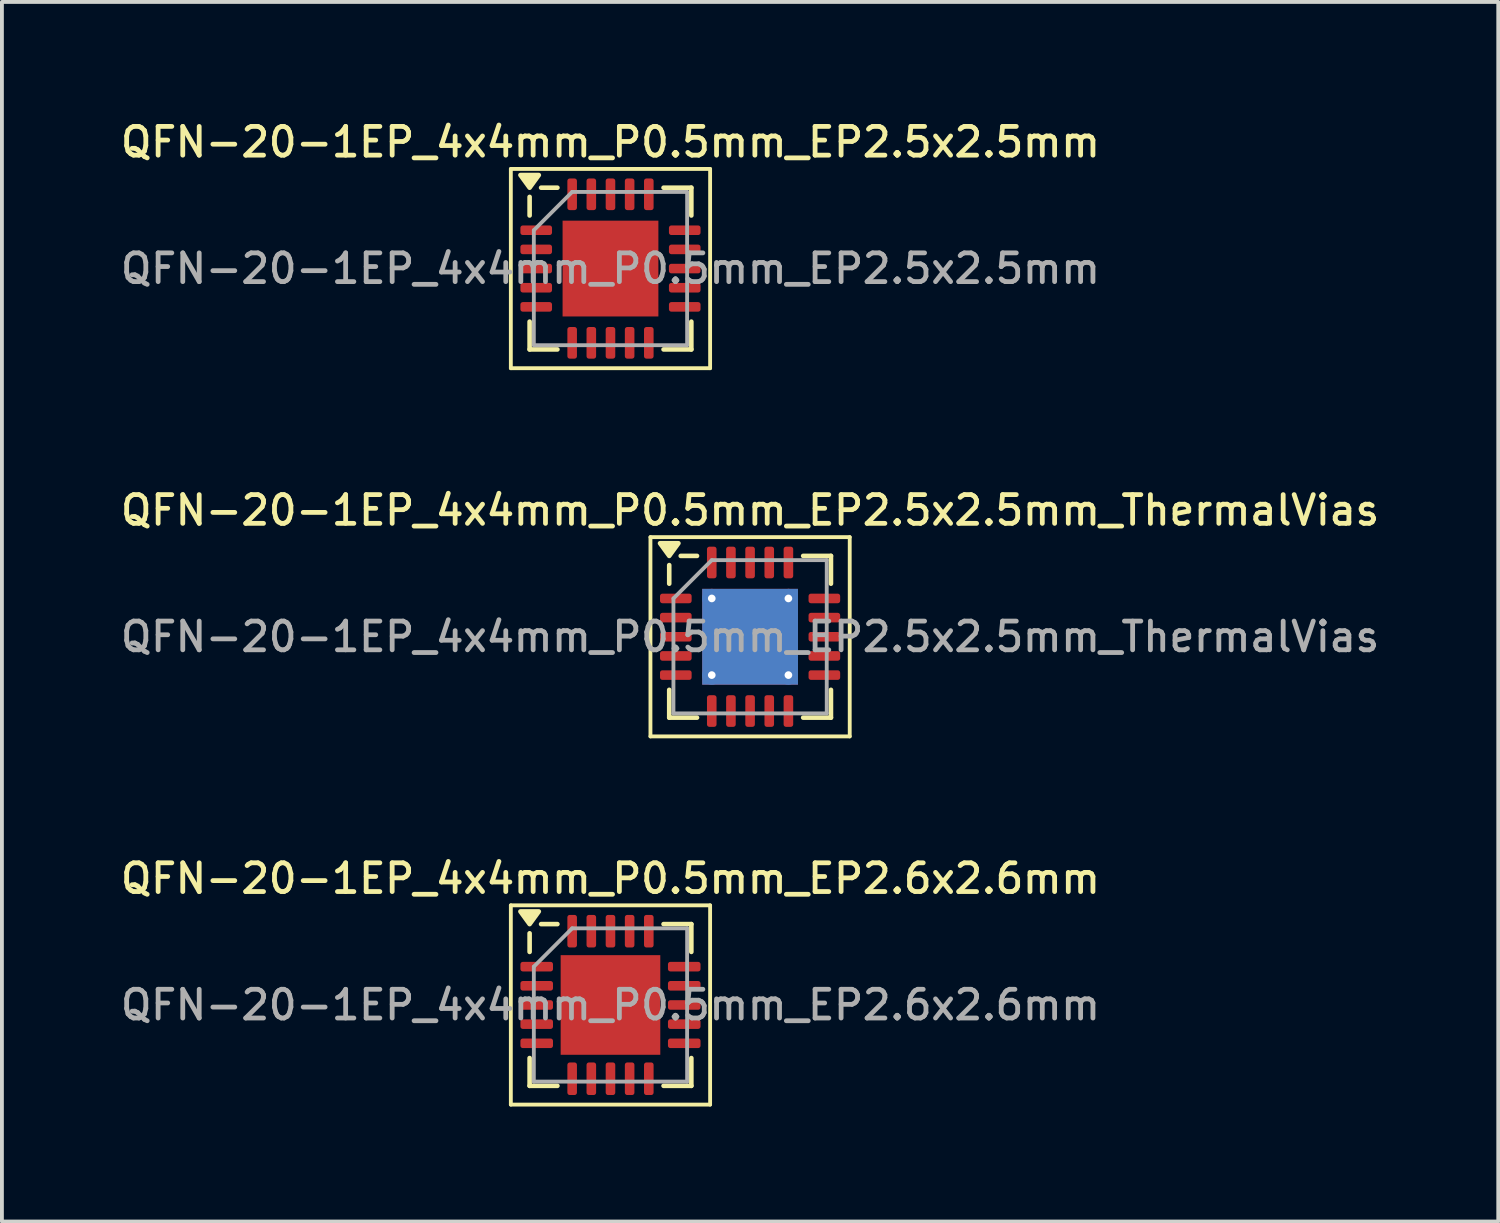
<source format=kicad_pcb>
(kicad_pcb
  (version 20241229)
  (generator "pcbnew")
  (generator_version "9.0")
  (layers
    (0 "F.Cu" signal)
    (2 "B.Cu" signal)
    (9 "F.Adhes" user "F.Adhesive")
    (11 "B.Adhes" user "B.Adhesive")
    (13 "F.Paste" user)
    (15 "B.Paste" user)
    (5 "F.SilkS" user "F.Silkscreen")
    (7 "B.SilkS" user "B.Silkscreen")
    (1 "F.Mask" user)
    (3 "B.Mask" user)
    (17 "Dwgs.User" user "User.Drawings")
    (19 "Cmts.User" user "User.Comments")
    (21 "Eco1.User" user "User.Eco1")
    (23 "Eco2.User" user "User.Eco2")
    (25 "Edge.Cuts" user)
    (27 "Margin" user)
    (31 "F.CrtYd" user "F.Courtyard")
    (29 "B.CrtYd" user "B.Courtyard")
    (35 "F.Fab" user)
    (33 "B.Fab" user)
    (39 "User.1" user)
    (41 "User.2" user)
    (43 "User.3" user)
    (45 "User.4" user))
  (footprint "QFN-20-1EP_4x4mm_P0.5mm_EP2.6x2.6mm"
    (layer "F.Cu")
    (at 12.88 23.174)
    (property "Reference" "QFN-20-1EP_4x4mm_P0.5mm_EP2.6x2.6mm" (at 0 -3.3 0) (layer "F.SilkS") (effects (font (size 0.75 0.75) (thickness 0.125))))
    (attr smd)
    (fp_line (start -2.6 -2.6) (end -2.6 2.6) (stroke (width 0.1) (type solid)) (layer "F.SilkS"))
    (fp_line (start -2.6 2.6) (end 2.6 2.6) (stroke (width 0.1) (type solid)) (layer "F.SilkS"))
    (fp_line (start -2.11 -1.385) (end -2.11 -1.87) (stroke (width 0.12) (type solid)) (layer "F.SilkS"))
    (fp_line (start -2.11 2.11) (end -2.11 1.385) (stroke (width 0.12) (type solid)) (layer "F.SilkS"))
    (fp_line (start -1.385 -2.11) (end -1.81 -2.11) (stroke (width 0.12) (type solid)) (layer "F.SilkS"))
    (fp_line (start -1.385 2.11) (end -2.11 2.11) (stroke (width 0.12) (type solid)) (layer "F.SilkS"))
    (fp_line (start 1.385 -2.11) (end 2.11 -2.11) (stroke (width 0.12) (type solid)) (layer "F.SilkS"))
    (fp_line (start 1.385 2.11) (end 2.11 2.11) (stroke (width 0.12) (type solid)) (layer "F.SilkS"))
    (fp_line (start 2.11 -2.11) (end 2.11 -1.385) (stroke (width 0.12) (type solid)) (layer "F.SilkS"))
    (fp_line (start 2.11 2.11) (end 2.11 1.385) (stroke (width 0.12) (type solid)) (layer "F.SilkS"))
    (fp_line (start 2.6 -2.6) (end -2.6 -2.6) (stroke (width 0.1) (type solid)) (layer "F.SilkS"))
    (fp_line (start 2.6 2.6) (end 2.6 -2.6) (stroke (width 0.1) (type solid)) (layer "F.SilkS"))
    (fp_poly (pts (xy -2.11 -2.11) (xy -2.35 -2.44) (xy -1.87 -2.44) (xy -2.11 -2.11)) (stroke (width 0.12) (type solid)) (fill yes) (layer "F.SilkS"))
    (fp_line (start -2 -1) (end -1 -2) (stroke (width 0.1) (type solid)) (layer "F.Fab"))
    (fp_line (start -2 2) (end -2 -1) (stroke (width 0.1) (type solid)) (layer "F.Fab"))
    (fp_line (start -1 -2) (end 2 -2) (stroke (width 0.1) (type solid)) (layer "F.Fab"))
    (fp_line (start 2 -2) (end 2 2) (stroke (width 0.1) (type solid)) (layer "F.Fab"))
    (fp_line (start 2 2) (end -2 2) (stroke (width 0.1) (type solid)) (layer "F.Fab"))
    (fp_text user "${REFERENCE}" (at 0 0 0) (layer "F.Fab") (effects (font (size 0.75 0.75) (thickness 0.125))))
    (pad "" smd roundrect (at -0.65 -0.65) (size 1.05 1.05) (layers "F.Paste") (roundrect_rratio 0.238))
    (pad "" smd roundrect (at -0.65 0.65) (size 1.05 1.05) (layers "F.Paste") (roundrect_rratio 0.238))
    (pad "" smd roundrect (at 0.65 -0.65) (size 1.05 1.05) (layers "F.Paste") (roundrect_rratio 0.238))
    (pad "" smd roundrect (at 0.65 0.65) (size 1.05 1.05) (layers "F.Paste") (roundrect_rratio 0.238))
    (pad "1" smd roundrect (at -1.925 -1) (size 0.85 0.25) (layers "F.Cu" "F.Mask" "F.Paste") (roundrect_rratio 0.25))
    (pad "2" smd roundrect (at -1.925 -0.5) (size 0.85 0.25) (layers "F.Cu" "F.Mask" "F.Paste") (roundrect_rratio 0.25))
    (pad "3" smd roundrect (at -1.925 0) (size 0.85 0.25) (layers "F.Cu" "F.Mask" "F.Paste") (roundrect_rratio 0.25))
    (pad "4" smd roundrect (at -1.925 0.5) (size 0.85 0.25) (layers "F.Cu" "F.Mask" "F.Paste") (roundrect_rratio 0.25))
    (pad "5" smd roundrect (at -1.925 1) (size 0.85 0.25) (layers "F.Cu" "F.Mask" "F.Paste") (roundrect_rratio 0.25))
    (pad "6" smd roundrect (at -1 1.925) (size 0.25 0.85) (layers "F.Cu" "F.Mask" "F.Paste") (roundrect_rratio 0.25))
    (pad "7" smd roundrect (at -0.5 1.925) (size 0.25 0.85) (layers "F.Cu" "F.Mask" "F.Paste") (roundrect_rratio 0.25))
    (pad "8" smd roundrect (at 0 1.925) (size 0.25 0.85) (layers "F.Cu" "F.Mask" "F.Paste") (roundrect_rratio 0.25))
    (pad "9" smd roundrect (at 0.5 1.925) (size 0.25 0.85) (layers "F.Cu" "F.Mask" "F.Paste") (roundrect_rratio 0.25))
    (pad "10" smd roundrect (at 1 1.925) (size 0.25 0.85) (layers "F.Cu" "F.Mask" "F.Paste") (roundrect_rratio 0.25))
    (pad "11" smd roundrect (at 1.925 1) (size 0.85 0.25) (layers "F.Cu" "F.Mask" "F.Paste") (roundrect_rratio 0.25))
    (pad "12" smd roundrect (at 1.925 0.5) (size 0.85 0.25) (layers "F.Cu" "F.Mask" "F.Paste") (roundrect_rratio 0.25))
    (pad "13" smd roundrect (at 1.925 0) (size 0.85 0.25) (layers "F.Cu" "F.Mask" "F.Paste") (roundrect_rratio 0.25))
    (pad "14" smd roundrect (at 1.925 -0.5) (size 0.85 0.25) (layers "F.Cu" "F.Mask" "F.Paste") (roundrect_rratio 0.25))
    (pad "15" smd roundrect (at 1.925 -1) (size 0.85 0.25) (layers "F.Cu" "F.Mask" "F.Paste") (roundrect_rratio 0.25))
    (pad "16" smd roundrect (at 1 -1.925) (size 0.25 0.85) (layers "F.Cu" "F.Mask" "F.Paste") (roundrect_rratio 0.25))
    (pad "17" smd roundrect (at 0.5 -1.925) (size 0.25 0.85) (layers "F.Cu" "F.Mask" "F.Paste") (roundrect_rratio 0.25))
    (pad "18" smd roundrect (at 0 -1.925) (size 0.25 0.85) (layers "F.Cu" "F.Mask" "F.Paste") (roundrect_rratio 0.25))
    (pad "19" smd roundrect (at -0.5 -1.925) (size 0.25 0.85) (layers "F.Cu" "F.Mask" "F.Paste") (roundrect_rratio 0.25))
    (pad "20" smd roundrect (at -1 -1.925) (size 0.25 0.85) (layers "F.Cu" "F.Mask" "F.Paste") (roundrect_rratio 0.25))
    (pad "21" smd rect (at 0 0) (size 2.6 2.6) (property pad_prop_heatsink) (layers "F.Cu" "F.Mask")))
  (footprint "QFN-20-1EP_4x4mm_P0.5mm_EP2.5x2.5mm"
    (layer "F.Cu")
    (at 12.88 3.958)
    (property "Reference" "QFN-20-1EP_4x4mm_P0.5mm_EP2.5x2.5mm" (at 0 -3.3 0) (layer "F.SilkS") (effects (font (size 0.75 0.75) (thickness 0.125))))
    (attr smd)
    (fp_line (start -2.6 -2.6) (end -2.6 2.6) (stroke (width 0.1) (type solid)) (layer "F.SilkS"))
    (fp_line (start -2.6 2.6) (end 2.6 2.6) (stroke (width 0.1) (type solid)) (layer "F.SilkS"))
    (fp_line (start -2.11 -1.385) (end -2.11 -1.87) (stroke (width 0.12) (type solid)) (layer "F.SilkS"))
    (fp_line (start -2.11 2.11) (end -2.11 1.385) (stroke (width 0.12) (type solid)) (layer "F.SilkS"))
    (fp_line (start -1.385 -2.11) (end -1.81 -2.11) (stroke (width 0.12) (type solid)) (layer "F.SilkS"))
    (fp_line (start -1.385 2.11) (end -2.11 2.11) (stroke (width 0.12) (type solid)) (layer "F.SilkS"))
    (fp_line (start 1.385 -2.11) (end 2.11 -2.11) (stroke (width 0.12) (type solid)) (layer "F.SilkS"))
    (fp_line (start 1.385 2.11) (end 2.11 2.11) (stroke (width 0.12) (type solid)) (layer "F.SilkS"))
    (fp_line (start 2.11 -2.11) (end 2.11 -1.385) (stroke (width 0.12) (type solid)) (layer "F.SilkS"))
    (fp_line (start 2.11 2.11) (end 2.11 1.385) (stroke (width 0.12) (type solid)) (layer "F.SilkS"))
    (fp_line (start 2.6 -2.6) (end -2.6 -2.6) (stroke (width 0.1) (type solid)) (layer "F.SilkS"))
    (fp_line (start 2.6 2.6) (end 2.6 -2.6) (stroke (width 0.1) (type solid)) (layer "F.SilkS"))
    (fp_poly (pts (xy -2.11 -2.11) (xy -2.35 -2.44) (xy -1.87 -2.44) (xy -2.11 -2.11)) (stroke (width 0.12) (type solid)) (fill yes) (layer "F.SilkS"))
    (fp_line (start -2 -1) (end -1 -2) (stroke (width 0.1) (type solid)) (layer "F.Fab"))
    (fp_line (start -2 2) (end -2 -1) (stroke (width 0.1) (type solid)) (layer "F.Fab"))
    (fp_line (start -1 -2) (end 2 -2) (stroke (width 0.1) (type solid)) (layer "F.Fab"))
    (fp_line (start 2 -2) (end 2 2) (stroke (width 0.1) (type solid)) (layer "F.Fab"))
    (fp_line (start 2 2) (end -2 2) (stroke (width 0.1) (type solid)) (layer "F.Fab"))
    (fp_text user "${REFERENCE}" (at 0 0 0) (layer "F.Fab") (effects (font (size 0.75 0.75) (thickness 0.125))))
    (pad "" smd roundrect (at -0.625 -0.625) (size 1.01 1.01) (layers "F.Paste") (roundrect_rratio 0.248))
    (pad "" smd roundrect (at -0.625 0.625) (size 1.01 1.01) (layers "F.Paste") (roundrect_rratio 0.248))
    (pad "" smd roundrect (at 0.625 -0.625) (size 1.01 1.01) (layers "F.Paste") (roundrect_rratio 0.248))
    (pad "" smd roundrect (at 0.625 0.625) (size 1.01 1.01) (layers "F.Paste") (roundrect_rratio 0.248))
    (pad "1" smd roundrect (at -1.938 -1) (size 0.825 0.25) (layers "F.Cu" "F.Mask" "F.Paste") (roundrect_rratio 0.25))
    (pad "2" smd roundrect (at -1.938 -0.5) (size 0.825 0.25) (layers "F.Cu" "F.Mask" "F.Paste") (roundrect_rratio 0.25))
    (pad "3" smd roundrect (at -1.938 0) (size 0.825 0.25) (layers "F.Cu" "F.Mask" "F.Paste") (roundrect_rratio 0.25))
    (pad "4" smd roundrect (at -1.938 0.5) (size 0.825 0.25) (layers "F.Cu" "F.Mask" "F.Paste") (roundrect_rratio 0.25))
    (pad "5" smd roundrect (at -1.938 1) (size 0.825 0.25) (layers "F.Cu" "F.Mask" "F.Paste") (roundrect_rratio 0.25))
    (pad "6" smd roundrect (at -1 1.938) (size 0.25 0.825) (layers "F.Cu" "F.Mask" "F.Paste") (roundrect_rratio 0.25))
    (pad "7" smd roundrect (at -0.5 1.938) (size 0.25 0.825) (layers "F.Cu" "F.Mask" "F.Paste") (roundrect_rratio 0.25))
    (pad "8" smd roundrect (at 0 1.938) (size 0.25 0.825) (layers "F.Cu" "F.Mask" "F.Paste") (roundrect_rratio 0.25))
    (pad "9" smd roundrect (at 0.5 1.938) (size 0.25 0.825) (layers "F.Cu" "F.Mask" "F.Paste") (roundrect_rratio 0.25))
    (pad "10" smd roundrect (at 1 1.938) (size 0.25 0.825) (layers "F.Cu" "F.Mask" "F.Paste") (roundrect_rratio 0.25))
    (pad "11" smd roundrect (at 1.938 1) (size 0.825 0.25) (layers "F.Cu" "F.Mask" "F.Paste") (roundrect_rratio 0.25))
    (pad "12" smd roundrect (at 1.938 0.5) (size 0.825 0.25) (layers "F.Cu" "F.Mask" "F.Paste") (roundrect_rratio 0.25))
    (pad "13" smd roundrect (at 1.938 0) (size 0.825 0.25) (layers "F.Cu" "F.Mask" "F.Paste") (roundrect_rratio 0.25))
    (pad "14" smd roundrect (at 1.938 -0.5) (size 0.825 0.25) (layers "F.Cu" "F.Mask" "F.Paste") (roundrect_rratio 0.25))
    (pad "15" smd roundrect (at 1.938 -1) (size 0.825 0.25) (layers "F.Cu" "F.Mask" "F.Paste") (roundrect_rratio 0.25))
    (pad "16" smd roundrect (at 1 -1.938) (size 0.25 0.825) (layers "F.Cu" "F.Mask" "F.Paste") (roundrect_rratio 0.25))
    (pad "17" smd roundrect (at 0.5 -1.938) (size 0.25 0.825) (layers "F.Cu" "F.Mask" "F.Paste") (roundrect_rratio 0.25))
    (pad "18" smd roundrect (at 0 -1.938) (size 0.25 0.825) (layers "F.Cu" "F.Mask" "F.Paste") (roundrect_rratio 0.25))
    (pad "19" smd roundrect (at -0.5 -1.938) (size 0.25 0.825) (layers "F.Cu" "F.Mask" "F.Paste") (roundrect_rratio 0.25))
    (pad "20" smd roundrect (at -1 -1.938) (size 0.25 0.825) (layers "F.Cu" "F.Mask" "F.Paste") (roundrect_rratio 0.25))
    (pad "21" smd rect (at 0 0) (size 2.5 2.5) (property pad_prop_heatsink) (layers "F.Cu" "F.Mask")))
  (footprint "QFN-20-1EP_4x4mm_P0.5mm_EP2.5x2.5mm_ThermalVias"
    (layer "F.Cu")
    (at 16.523 13.566)
    (property "Reference" "QFN-20-1EP_4x4mm_P0.5mm_EP2.5x2.5mm_ThermalVias" (at 0 -3.3 0) (layer "F.SilkS") (effects (font (size 0.75 0.75) (thickness 0.125))))
    (attr smd)
    (fp_line (start -2.6 -2.6) (end -2.6 2.6) (stroke (width 0.1) (type solid)) (layer "F.SilkS"))
    (fp_line (start -2.6 2.6) (end 2.6 2.6) (stroke (width 0.1) (type solid)) (layer "F.SilkS"))
    (fp_line (start -2.11 -1.385) (end -2.11 -1.87) (stroke (width 0.12) (type solid)) (layer "F.SilkS"))
    (fp_line (start -2.11 2.11) (end -2.11 1.385) (stroke (width 0.12) (type solid)) (layer "F.SilkS"))
    (fp_line (start -1.385 -2.11) (end -1.81 -2.11) (stroke (width 0.12) (type solid)) (layer "F.SilkS"))
    (fp_line (start -1.385 2.11) (end -2.11 2.11) (stroke (width 0.12) (type solid)) (layer "F.SilkS"))
    (fp_line (start 1.385 -2.11) (end 2.11 -2.11) (stroke (width 0.12) (type solid)) (layer "F.SilkS"))
    (fp_line (start 1.385 2.11) (end 2.11 2.11) (stroke (width 0.12) (type solid)) (layer "F.SilkS"))
    (fp_line (start 2.11 -2.11) (end 2.11 -1.385) (stroke (width 0.12) (type solid)) (layer "F.SilkS"))
    (fp_line (start 2.11 2.11) (end 2.11 1.385) (stroke (width 0.12) (type solid)) (layer "F.SilkS"))
    (fp_line (start 2.6 -2.6) (end -2.6 -2.6) (stroke (width 0.1) (type solid)) (layer "F.SilkS"))
    (fp_line (start 2.6 2.6) (end 2.6 -2.6) (stroke (width 0.1) (type solid)) (layer "F.SilkS"))
    (fp_poly (pts (xy -2.11 -2.11) (xy -2.35 -2.44) (xy -1.87 -2.44) (xy -2.11 -2.11)) (stroke (width 0.12) (type solid)) (fill yes) (layer "F.SilkS"))
    (fp_line (start -2 -1) (end -1 -2) (stroke (width 0.1) (type solid)) (layer "F.Fab"))
    (fp_line (start -2 2) (end -2 -1) (stroke (width 0.1) (type solid)) (layer "F.Fab"))
    (fp_line (start -1 -2) (end 2 -2) (stroke (width 0.1) (type solid)) (layer "F.Fab"))
    (fp_line (start 2 -2) (end 2 2) (stroke (width 0.1) (type solid)) (layer "F.Fab"))
    (fp_line (start 2 2) (end -2 2) (stroke (width 0.1) (type solid)) (layer "F.Fab"))
    (fp_text user "${REFERENCE}" (at 0 0 0) (layer "F.Fab") (effects (font (size 0.75 0.75) (thickness 0.125))))
    (pad "" smd roundrect (at -0.625 -0.625) (size 1.08 1.08) (layers "F.Paste") (roundrect_rratio 0.231))
    (pad "" smd roundrect (at -0.625 0.625) (size 1.08 1.08) (layers "F.Paste") (roundrect_rratio 0.231))
    (pad "" smd roundrect (at 0.625 -0.625) (size 1.08 1.08) (layers "F.Paste") (roundrect_rratio 0.231))
    (pad "" smd roundrect (at 0.625 0.625) (size 1.08 1.08) (layers "F.Paste") (roundrect_rratio 0.231))
    (pad "1" smd roundrect (at -1.938 -1) (size 0.825 0.25) (layers "F.Cu" "F.Mask" "F.Paste") (roundrect_rratio 0.25))
    (pad "2" smd roundrect (at -1.938 -0.5) (size 0.825 0.25) (layers "F.Cu" "F.Mask" "F.Paste") (roundrect_rratio 0.25))
    (pad "3" smd roundrect (at -1.938 0) (size 0.825 0.25) (layers "F.Cu" "F.Mask" "F.Paste") (roundrect_rratio 0.25))
    (pad "4" smd roundrect (at -1.938 0.5) (size 0.825 0.25) (layers "F.Cu" "F.Mask" "F.Paste") (roundrect_rratio 0.25))
    (pad "5" smd roundrect (at -1.938 1) (size 0.825 0.25) (layers "F.Cu" "F.Mask" "F.Paste") (roundrect_rratio 0.25))
    (pad "6" smd roundrect (at -1 1.938) (size 0.25 0.825) (layers "F.Cu" "F.Mask" "F.Paste") (roundrect_rratio 0.25))
    (pad "7" smd roundrect (at -0.5 1.938) (size 0.25 0.825) (layers "F.Cu" "F.Mask" "F.Paste") (roundrect_rratio 0.25))
    (pad "8" smd roundrect (at 0 1.938) (size 0.25 0.825) (layers "F.Cu" "F.Mask" "F.Paste") (roundrect_rratio 0.25))
    (pad "9" smd roundrect (at 0.5 1.938) (size 0.25 0.825) (layers "F.Cu" "F.Mask" "F.Paste") (roundrect_rratio 0.25))
    (pad "10" smd roundrect (at 1 1.938) (size 0.25 0.825) (layers "F.Cu" "F.Mask" "F.Paste") (roundrect_rratio 0.25))
    (pad "11" smd roundrect (at 1.938 1) (size 0.825 0.25) (layers "F.Cu" "F.Mask" "F.Paste") (roundrect_rratio 0.25))
    (pad "12" smd roundrect (at 1.938 0.5) (size 0.825 0.25) (layers "F.Cu" "F.Mask" "F.Paste") (roundrect_rratio 0.25))
    (pad "13" smd roundrect (at 1.938 0) (size 0.825 0.25) (layers "F.Cu" "F.Mask" "F.Paste") (roundrect_rratio 0.25))
    (pad "14" smd roundrect (at 1.938 -0.5) (size 0.825 0.25) (layers "F.Cu" "F.Mask" "F.Paste") (roundrect_rratio 0.25))
    (pad "15" smd roundrect (at 1.938 -1) (size 0.825 0.25) (layers "F.Cu" "F.Mask" "F.Paste") (roundrect_rratio 0.25))
    (pad "16" smd roundrect (at 1 -1.938) (size 0.25 0.825) (layers "F.Cu" "F.Mask" "F.Paste") (roundrect_rratio 0.25))
    (pad "17" smd roundrect (at 0.5 -1.938) (size 0.25 0.825) (layers "F.Cu" "F.Mask" "F.Paste") (roundrect_rratio 0.25))
    (pad "18" smd roundrect (at 0 -1.938) (size 0.25 0.825) (layers "F.Cu" "F.Mask" "F.Paste") (roundrect_rratio 0.25))
    (pad "19" smd roundrect (at -0.5 -1.938) (size 0.25 0.825) (layers "F.Cu" "F.Mask" "F.Paste") (roundrect_rratio 0.25))
    (pad "20" smd roundrect (at -1 -1.938) (size 0.25 0.825) (layers "F.Cu" "F.Mask" "F.Paste") (roundrect_rratio 0.25))
    (pad "21" thru_hole circle (at -1 -1) (size 0.5 0.5) (drill 0.2) (property pad_prop_heatsink) (layers "*.Cu"))
    (pad "21" thru_hole circle (at -1 1) (size 0.5 0.5) (drill 0.2) (property pad_prop_heatsink) (layers "*.Cu"))
    (pad "21" smd rect (at 0 0) (size 2.5 2.5) (property pad_prop_heatsink) (layers "F.Cu" "F.Mask"))
    (pad "21" smd rect (at 0 0) (size 2.5 2.5) (property pad_prop_heatsink) (layers "B.Cu"))
    (pad "21" thru_hole circle (at 1 -1) (size 0.5 0.5) (drill 0.2) (property pad_prop_heatsink) (layers "*.Cu"))
    (pad "21" thru_hole circle (at 1 1) (size 0.5 0.5) (drill 0.2) (property pad_prop_heatsink) (layers "*.Cu")))
  (gr_rect
    (start -3 -3)
    (end 36.046 28.824)
    (stroke (width 0.1) (type default))
    (fill no)
    (layer "Edge.Cuts")))
</source>
